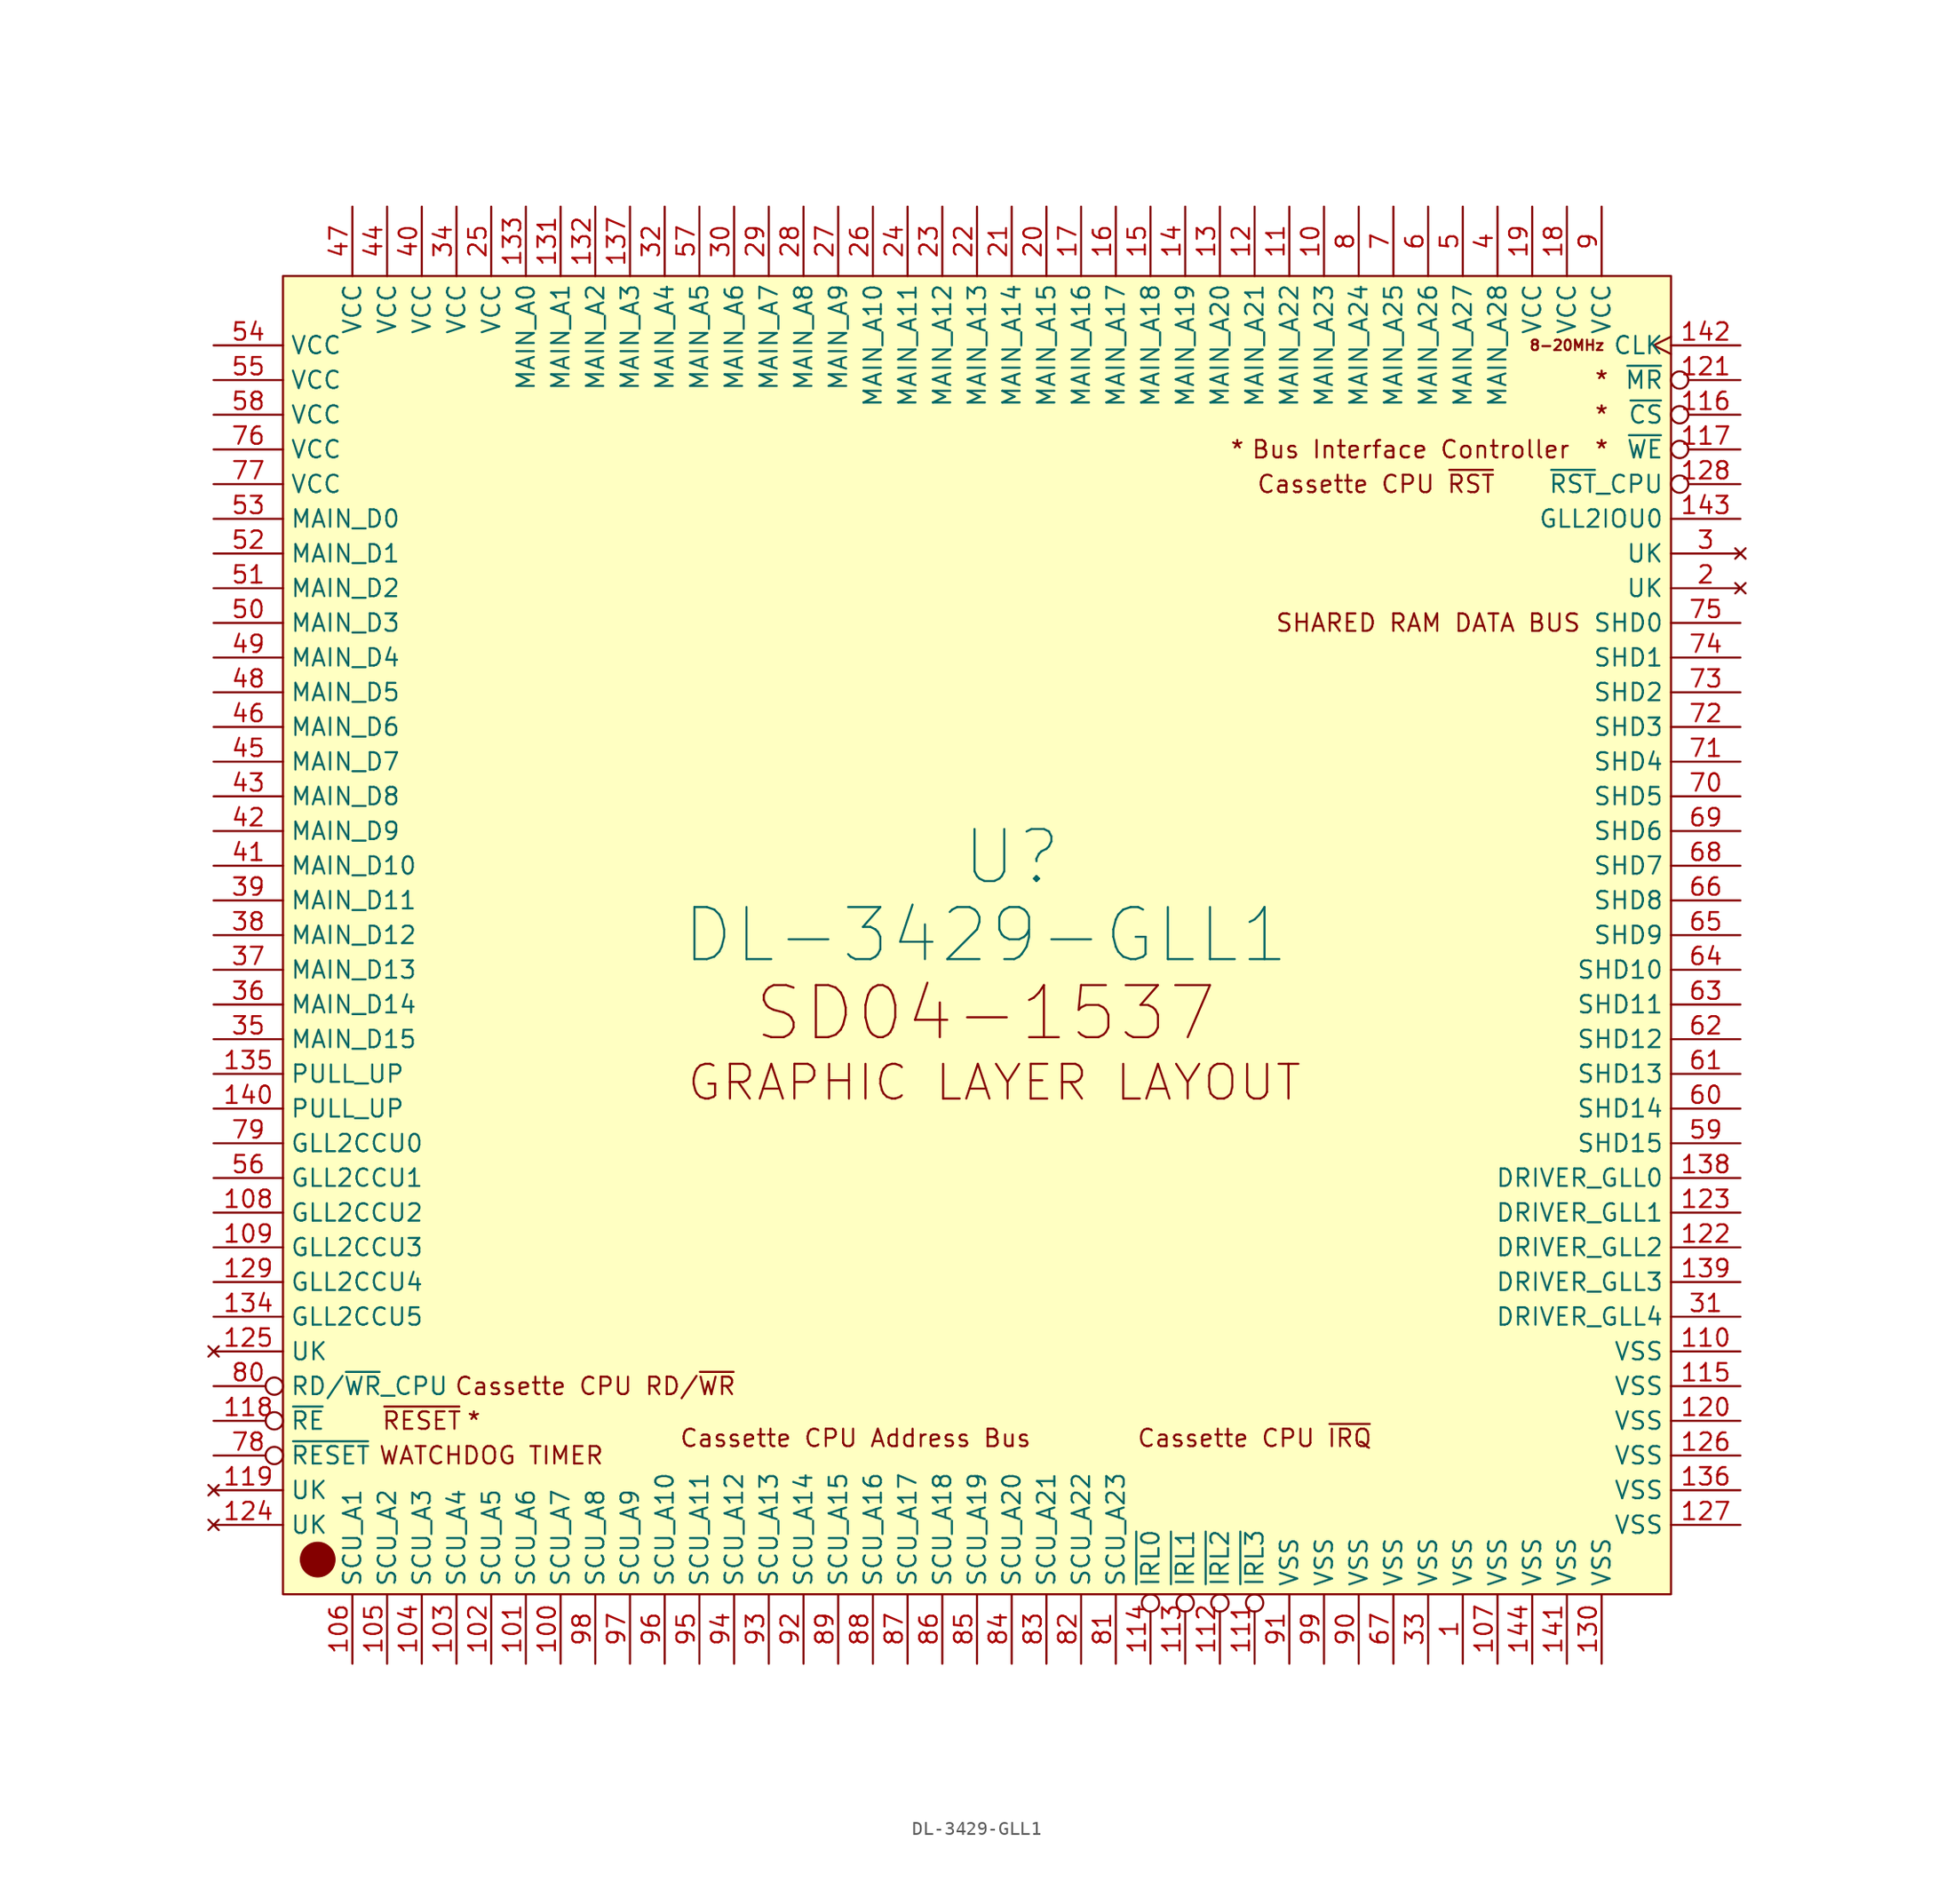
<source format=kicad_sym>
(kicad_symbol_lib
  (version 20211014)
  (generator kicad_symbol_editor)
  (symbol "DL-3429-GLL1"
    (property "Reference" "U"
      (at 0 1.905 0)
      (effects (font (size 3.81 3.81))))
    (property "Value" "DL-3429-GLL1"
      (at -1.905 -3.81 0)
      (effects (font (size 3.81 3.81))))
    (symbol "DL-3429-GLL1_0_0"
      (text "*" (at -39.37 -39.37 0) (effects (font (size 1.27 1.27))))
      (text "*" (at 16.51 31.75 0) (effects (font (size 1.27 1.27))))
      (text "*" (at 43.18 31.75 0) (effects (font (size 1.27 1.27))))
      (text "*" (at 43.18 34.29 0) (effects (font (size 1.27 1.27))))
      (text "*" (at 43.18 36.83 0) (effects (font (size 1.27 1.27))))
      (text "8-20MHz" (at 40.64 39.37 0) (effects (font (size 0.762 0.762))))
      (text "Bus Interface Controller" (at 29.21 31.75 0) (effects (font (size 1.27 1.27))))
      (text "Cassette CPU Address Bus" (at -11.43 -40.64 0) (effects (font (size 1.27 1.27))))
      (text "Cassette CPU RD/~{WR}" (at -30.48 -36.83 0) (effects (font (size 1.27 1.27))))
      (text "Cassette CPU ~{IRQ}" (at 17.78 -40.64 0) (effects (font (size 1.27 1.27))))
      (text "Cassette CPU ~{RST}" (at 26.67 29.21 0) (effects (font (size 1.27 1.27))))
      (text "GRAPHIC LAYER LAYOUT" (at -1.27 -14.605 0) (effects (font (size 2.54 2.54))))
      (text "SD04-1537" (at -1.905 -9.525 0) (effects (font (size 3.81 3.81))))
      (text "SHARED RAM DATA BUS" (at 30.48 19.05 0) (effects (font (size 1.27 1.27))))
      (text "WATCHDOG TIMER" (at -38.1 -41.91 0) (effects (font (size 1.27 1.27))))
      (text "~{RESET}" (at -43.18 -39.37 0) (effects (font (size 1.27 1.27)))))
    (symbol "DL-3429-GLL1_0_1"
      (rectangle (start -53.34 44.45) (end 48.26 -52.07) (stroke (width 0) (type default) (color 0 0 0 0)) (fill (type background)))
      (circle (center -50.8 -49.53) (radius 1.27) (stroke (width 0.076) (type default) (color 0 0 0 0)) (fill (type outline))))
    (symbol "DL-3429-GLL1_1_1"
      (pin power_in line (at 33.02 -57.15 90) (length 5.08) (name "VSS" (effects (font (size 1.27 1.27)))) (number "1" (effects (font (size 1.27 1.27)))))
      (pin bidirectional line (at 22.86 49.53 270) (length 5.08) (name "MAIN_A23" (effects (font (size 1.27 1.27)))) (number "10" (effects (font (size 1.27 1.27)))))
      (pin bidirectional line (at -33.02 -57.15 90) (length 5.08) (name "SCU_A7" (effects (font (size 1.27 1.27)))) (number "100" (effects (font (size 1.27 1.27)))))
      (pin bidirectional line (at -35.56 -57.15 90) (length 5.08) (name "SCU_A6" (effects (font (size 1.27 1.27)))) (number "101" (effects (font (size 1.27 1.27)))))
      (pin bidirectional line (at -38.1 -57.15 90) (length 5.08) (name "SCU_A5" (effects (font (size 1.27 1.27)))) (number "102" (effects (font (size 1.27 1.27)))))
      (pin bidirectional line (at -40.64 -57.15 90) (length 5.08) (name "SCU_A4" (effects (font (size 1.27 1.27)))) (number "103" (effects (font (size 1.27 1.27)))))
      (pin bidirectional line (at -43.18 -57.15 90) (length 5.08) (name "SCU_A3" (effects (font (size 1.27 1.27)))) (number "104" (effects (font (size 1.27 1.27)))))
      (pin bidirectional line (at -45.72 -57.15 90) (length 5.08) (name "SCU_A2" (effects (font (size 1.27 1.27)))) (number "105" (effects (font (size 1.27 1.27)))))
      (pin bidirectional line (at -48.26 -57.15 90) (length 5.08) (name "SCU_A1" (effects (font (size 1.27 1.27)))) (number "106" (effects (font (size 1.27 1.27)))))
      (pin power_in line (at 35.56 -57.15 90) (length 5.08) (name "VSS" (effects (font (size 1.27 1.27)))) (number "107" (effects (font (size 1.27 1.27)))))
      (pin bidirectional line (at -58.42 -24.13 0) (length 5.08) (name "GLL2CCU2" (effects (font (size 1.27 1.27)))) (number "108" (effects (font (size 1.27 1.27)))))
      (pin bidirectional line (at -58.42 -26.67 0) (length 5.08) (name "GLL2CCU3" (effects (font (size 1.27 1.27)))) (number "109" (effects (font (size 1.27 1.27)))))
      (pin bidirectional line (at 20.32 49.53 270) (length 5.08) (name "MAIN_A22" (effects (font (size 1.27 1.27)))) (number "11" (effects (font (size 1.27 1.27)))))
      (pin power_in line (at 53.34 -34.29 180) (length 5.08) (name "VSS" (effects (font (size 1.27 1.27)))) (number "110" (effects (font (size 1.27 1.27)))))
      (pin output inverted (at 17.78 -57.15 90) (length 5.08) (name "~{IRL3}" (effects (font (size 1.27 1.27)))) (number "111" (effects (font (size 1.27 1.27)))))
      (pin output inverted (at 15.24 -57.15 90) (length 5.08) (name "~{IRL2}" (effects (font (size 1.27 1.27)))) (number "112" (effects (font (size 1.27 1.27)))))
      (pin output inverted (at 12.7 -57.15 90) (length 5.08) (name "~{IRL1}" (effects (font (size 1.27 1.27)))) (number "113" (effects (font (size 1.27 1.27)))))
      (pin output inverted (at 10.16 -57.15 90) (length 5.08) (name "~{IRL0}" (effects (font (size 1.27 1.27)))) (number "114" (effects (font (size 1.27 1.27)))))
      (pin power_in line (at 53.34 -36.83 180) (length 5.08) (name "VSS" (effects (font (size 1.27 1.27)))) (number "115" (effects (font (size 1.27 1.27)))))
      (pin output inverted (at 53.34 34.29 180) (length 5.08) (name "~{CS}" (effects (font (size 1.27 1.27)))) (number "116" (effects (font (size 1.27 1.27)))))
      (pin output inverted (at 53.34 31.75 180) (length 5.08) (name "~{WE}" (effects (font (size 1.27 1.27)))) (number "117" (effects (font (size 1.27 1.27)))))
      (pin input inverted (at -58.42 -39.37 0) (length 5.08) (name "~{RE}" (effects (font (size 1.27 1.27)))) (number "118" (effects (font (size 1.27 1.27)))))
      (pin no_connect line (at -58.42 -44.45 0) (length 5.08) (name "UK" (effects (font (size 1.27 1.27)))) (number "119" (effects (font (size 1.27 1.27)))))
      (pin bidirectional line (at 17.78 49.53 270) (length 5.08) (name "MAIN_A21" (effects (font (size 1.27 1.27)))) (number "12" (effects (font (size 1.27 1.27)))))
      (pin power_in line (at 53.34 -39.37 180) (length 5.08) (name "VSS" (effects (font (size 1.27 1.27)))) (number "120" (effects (font (size 1.27 1.27)))))
      (pin output inverted (at 53.34 36.83 180) (length 5.08) (name "~{MR}" (effects (font (size 1.27 1.27)))) (number "121" (effects (font (size 1.27 1.27)))))
      (pin output line (at 53.34 -26.67 180) (length 5.08) (name "DRIVER_GLL2" (effects (font (size 1.27 1.27)))) (number "122" (effects (font (size 1.27 1.27)))))
      (pin output line (at 53.34 -24.13 180) (length 5.08) (name "DRIVER_GLL1" (effects (font (size 1.27 1.27)))) (number "123" (effects (font (size 1.27 1.27)))))
      (pin no_connect line (at -58.42 -46.99 0) (length 5.08) (name "UK" (effects (font (size 1.27 1.27)))) (number "124" (effects (font (size 1.27 1.27)))))
      (pin no_connect line (at -58.42 -34.29 0) (length 5.08) (name "UK" (effects (font (size 1.27 1.27)))) (number "125" (effects (font (size 1.27 1.27)))))
      (pin power_in line (at 53.34 -41.91 180) (length 5.08) (name "VSS" (effects (font (size 1.27 1.27)))) (number "126" (effects (font (size 1.27 1.27)))))
      (pin power_in line (at 53.34 -46.99 180) (length 5.08) (name "VSS" (effects (font (size 1.27 1.27)))) (number "127" (effects (font (size 1.27 1.27)))))
      (pin output inverted (at 53.34 29.21 180) (length 5.08) (name "~{RST}_CPU" (effects (font (size 1.27 1.27)))) (number "128" (effects (font (size 1.27 1.27)))))
      (pin bidirectional line (at -58.42 -29.21 0) (length 5.08) (name "GLL2CCU4" (effects (font (size 1.27 1.27)))) (number "129" (effects (font (size 1.27 1.27)))))
      (pin bidirectional line (at 15.24 49.53 270) (length 5.08) (name "MAIN_A20" (effects (font (size 1.27 1.27)))) (number "13" (effects (font (size 1.27 1.27)))))
      (pin power_in line (at 43.18 -57.15 90) (length 5.08) (name "VSS" (effects (font (size 1.27 1.27)))) (number "130" (effects (font (size 1.27 1.27)))))
      (pin bidirectional line (at -33.02 49.53 270) (length 5.08) (name "MAIN_A1" (effects (font (size 1.27 1.27)))) (number "131" (effects (font (size 1.27 1.27)))))
      (pin bidirectional line (at -30.48 49.53 270) (length 5.08) (name "MAIN_A2" (effects (font (size 1.27 1.27)))) (number "132" (effects (font (size 1.27 1.27)))))
      (pin bidirectional line (at -35.56 49.53 270) (length 5.08) (name "MAIN_A0" (effects (font (size 1.27 1.27)))) (number "133" (effects (font (size 1.27 1.27)))))
      (pin bidirectional line (at -58.42 -31.75 0) (length 5.08) (name "GLL2CCU5" (effects (font (size 1.27 1.27)))) (number "134" (effects (font (size 1.27 1.27)))))
      (pin bidirectional line (at -58.42 -13.97 0) (length 5.08) (name "PULL_UP" (effects (font (size 1.27 1.27)))) (number "135" (effects (font (size 1.27 1.27)))))
      (pin power_in line (at 53.34 -44.45 180) (length 5.08) (name "VSS" (effects (font (size 1.27 1.27)))) (number "136" (effects (font (size 1.27 1.27)))))
      (pin bidirectional line (at -27.94 49.53 270) (length 5.08) (name "MAIN_A3" (effects (font (size 1.27 1.27)))) (number "137" (effects (font (size 1.27 1.27)))))
      (pin output line (at 53.34 -21.59 180) (length 5.08) (name "DRIVER_GLL0" (effects (font (size 1.27 1.27)))) (number "138" (effects (font (size 1.27 1.27)))))
      (pin output line (at 53.34 -29.21 180) (length 5.08) (name "DRIVER_GLL3" (effects (font (size 1.27 1.27)))) (number "139" (effects (font (size 1.27 1.27)))))
      (pin bidirectional line (at 12.7 49.53 270) (length 5.08) (name "MAIN_A19" (effects (font (size 1.27 1.27)))) (number "14" (effects (font (size 1.27 1.27)))))
      (pin bidirectional line (at -58.42 -16.51 0) (length 5.08) (name "PULL_UP" (effects (font (size 1.27 1.27)))) (number "140" (effects (font (size 1.27 1.27)))))
      (pin power_in line (at 40.64 -57.15 90) (length 5.08) (name "VSS" (effects (font (size 1.27 1.27)))) (number "141" (effects (font (size 1.27 1.27)))))
      (pin output clock (at 53.34 39.37 180) (length 5.08) (name "CLK" (effects (font (size 1.27 1.27)))) (number "142" (effects (font (size 1.27 1.27)))))
      (pin bidirectional line (at 53.34 26.67 180) (length 5.08) (name "GLL2IOU0" (effects (font (size 1.27 1.27)))) (number "143" (effects (font (size 1.27 1.27)))))
      (pin power_in line (at 38.1 -57.15 90) (length 5.08) (name "VSS" (effects (font (size 1.27 1.27)))) (number "144" (effects (font (size 1.27 1.27)))))
      (pin bidirectional line (at 10.16 49.53 270) (length 5.08) (name "MAIN_A18" (effects (font (size 1.27 1.27)))) (number "15" (effects (font (size 1.27 1.27)))))
      (pin bidirectional line (at 7.62 49.53 270) (length 5.08) (name "MAIN_A17" (effects (font (size 1.27 1.27)))) (number "16" (effects (font (size 1.27 1.27)))))
      (pin bidirectional line (at 5.08 49.53 270) (length 5.08) (name "MAIN_A16" (effects (font (size 1.27 1.27)))) (number "17" (effects (font (size 1.27 1.27)))))
      (pin power_in line (at 40.64 49.53 270) (length 5.08) (name "VCC" (effects (font (size 1.27 1.27)))) (number "18" (effects (font (size 1.27 1.27)))))
      (pin power_in line (at 38.1 49.53 270) (length 5.08) (name "VCC" (effects (font (size 1.27 1.27)))) (number "19" (effects (font (size 1.27 1.27)))))
      (pin no_connect line (at 53.34 21.59 180) (length 5.08) (name "UK" (effects (font (size 1.27 1.27)))) (number "2" (effects (font (size 1.27 1.27)))))
      (pin bidirectional line (at 2.54 49.53 270) (length 5.08) (name "MAIN_A15" (effects (font (size 1.27 1.27)))) (number "20" (effects (font (size 1.27 1.27)))))
      (pin bidirectional line (at 0 49.53 270) (length 5.08) (name "MAIN_A14" (effects (font (size 1.27 1.27)))) (number "21" (effects (font (size 1.27 1.27)))))
      (pin bidirectional line (at -2.54 49.53 270) (length 5.08) (name "MAIN_A13" (effects (font (size 1.27 1.27)))) (number "22" (effects (font (size 1.27 1.27)))))
      (pin bidirectional line (at -5.08 49.53 270) (length 5.08) (name "MAIN_A12" (effects (font (size 1.27 1.27)))) (number "23" (effects (font (size 1.27 1.27)))))
      (pin bidirectional line (at -7.62 49.53 270) (length 5.08) (name "MAIN_A11" (effects (font (size 1.27 1.27)))) (number "24" (effects (font (size 1.27 1.27)))))
      (pin power_in line (at -38.1 49.53 270) (length 5.08) (name "VCC" (effects (font (size 1.27 1.27)))) (number "25" (effects (font (size 1.27 1.27)))))
      (pin bidirectional line (at -10.16 49.53 270) (length 5.08) (name "MAIN_A10" (effects (font (size 1.27 1.27)))) (number "26" (effects (font (size 1.27 1.27)))))
      (pin bidirectional line (at -12.7 49.53 270) (length 5.08) (name "MAIN_A9" (effects (font (size 1.27 1.27)))) (number "27" (effects (font (size 1.27 1.27)))))
      (pin bidirectional line (at -15.24 49.53 270) (length 5.08) (name "MAIN_A8" (effects (font (size 1.27 1.27)))) (number "28" (effects (font (size 1.27 1.27)))))
      (pin bidirectional line (at -17.78 49.53 270) (length 5.08) (name "MAIN_A7" (effects (font (size 1.27 1.27)))) (number "29" (effects (font (size 1.27 1.27)))))
      (pin no_connect line (at 53.34 24.13 180) (length 5.08) (name "UK" (effects (font (size 1.27 1.27)))) (number "3" (effects (font (size 1.27 1.27)))))
      (pin bidirectional line (at -20.32 49.53 270) (length 5.08) (name "MAIN_A6" (effects (font (size 1.27 1.27)))) (number "30" (effects (font (size 1.27 1.27)))))
      (pin output line (at 53.34 -31.75 180) (length 5.08) (name "DRIVER_GLL4" (effects (font (size 1.27 1.27)))) (number "31" (effects (font (size 1.27 1.27)))))
      (pin bidirectional line (at -25.4 49.53 270) (length 5.08) (name "MAIN_A4" (effects (font (size 1.27 1.27)))) (number "32" (effects (font (size 1.27 1.27)))))
      (pin power_in line (at 30.48 -57.15 90) (length 5.08) (name "VSS" (effects (font (size 1.27 1.27)))) (number "33" (effects (font (size 1.27 1.27)))))
      (pin power_in line (at -40.64 49.53 270) (length 5.08) (name "VCC" (effects (font (size 1.27 1.27)))) (number "34" (effects (font (size 1.27 1.27)))))
      (pin bidirectional line (at -58.42 -11.43 0) (length 5.08) (name "MAIN_D15" (effects (font (size 1.27 1.27)))) (number "35" (effects (font (size 1.27 1.27)))))
      (pin bidirectional line (at -58.42 -8.89 0) (length 5.08) (name "MAIN_D14" (effects (font (size 1.27 1.27)))) (number "36" (effects (font (size 1.27 1.27)))))
      (pin bidirectional line (at -58.42 -6.35 0) (length 5.08) (name "MAIN_D13" (effects (font (size 1.27 1.27)))) (number "37" (effects (font (size 1.27 1.27)))))
      (pin bidirectional line (at -58.42 -3.81 0) (length 5.08) (name "MAIN_D12" (effects (font (size 1.27 1.27)))) (number "38" (effects (font (size 1.27 1.27)))))
      (pin bidirectional line (at -58.42 -1.27 0) (length 5.08) (name "MAIN_D11" (effects (font (size 1.27 1.27)))) (number "39" (effects (font (size 1.27 1.27)))))
      (pin bidirectional line (at 35.56 49.53 270) (length 5.08) (name "MAIN_A28" (effects (font (size 1.27 1.27)))) (number "4" (effects (font (size 1.27 1.27)))))
      (pin power_in line (at -43.18 49.53 270) (length 5.08) (name "VCC" (effects (font (size 1.27 1.27)))) (number "40" (effects (font (size 1.27 1.27)))))
      (pin bidirectional line (at -58.42 1.27 0) (length 5.08) (name "MAIN_D10" (effects (font (size 1.27 1.27)))) (number "41" (effects (font (size 1.27 1.27)))))
      (pin bidirectional line (at -58.42 3.81 0) (length 5.08) (name "MAIN_D9" (effects (font (size 1.27 1.27)))) (number "42" (effects (font (size 1.27 1.27)))))
      (pin bidirectional line (at -58.42 6.35 0) (length 5.08) (name "MAIN_D8" (effects (font (size 1.27 1.27)))) (number "43" (effects (font (size 1.27 1.27)))))
      (pin power_in line (at -45.72 49.53 270) (length 5.08) (name "VCC" (effects (font (size 1.27 1.27)))) (number "44" (effects (font (size 1.27 1.27)))))
      (pin bidirectional line (at -58.42 8.89 0) (length 5.08) (name "MAIN_D7" (effects (font (size 1.27 1.27)))) (number "45" (effects (font (size 1.27 1.27)))))
      (pin bidirectional line (at -58.42 11.43 0) (length 5.08) (name "MAIN_D6" (effects (font (size 1.27 1.27)))) (number "46" (effects (font (size 1.27 1.27)))))
      (pin power_in line (at -48.26 49.53 270) (length 5.08) (name "VCC" (effects (font (size 1.27 1.27)))) (number "47" (effects (font (size 1.27 1.27)))))
      (pin bidirectional line (at -58.42 13.97 0) (length 5.08) (name "MAIN_D5" (effects (font (size 1.27 1.27)))) (number "48" (effects (font (size 1.27 1.27)))))
      (pin bidirectional line (at -58.42 16.51 0) (length 5.08) (name "MAIN_D4" (effects (font (size 1.27 1.27)))) (number "49" (effects (font (size 1.27 1.27)))))
      (pin bidirectional line (at 33.02 49.53 270) (length 5.08) (name "MAIN_A27" (effects (font (size 1.27 1.27)))) (number "5" (effects (font (size 1.27 1.27)))))
      (pin bidirectional line (at -58.42 19.05 0) (length 5.08) (name "MAIN_D3" (effects (font (size 1.27 1.27)))) (number "50" (effects (font (size 1.27 1.27)))))
      (pin bidirectional line (at -58.42 21.59 0) (length 5.08) (name "MAIN_D2" (effects (font (size 1.27 1.27)))) (number "51" (effects (font (size 1.27 1.27)))))
      (pin bidirectional line (at -58.42 24.13 0) (length 5.08) (name "MAIN_D1" (effects (font (size 1.27 1.27)))) (number "52" (effects (font (size 1.27 1.27)))))
      (pin bidirectional line (at -58.42 26.67 0) (length 5.08) (name "MAIN_D0" (effects (font (size 1.27 1.27)))) (number "53" (effects (font (size 1.27 1.27)))))
      (pin power_in line (at -58.42 39.37 0) (length 5.08) (name "VCC" (effects (font (size 1.27 1.27)))) (number "54" (effects (font (size 1.27 1.27)))))
      (pin power_in line (at -58.42 36.83 0) (length 5.08) (name "VCC" (effects (font (size 1.27 1.27)))) (number "55" (effects (font (size 1.27 1.27)))))
      (pin bidirectional line (at -58.42 -21.59 0) (length 5.08) (name "GLL2CCU1" (effects (font (size 1.27 1.27)))) (number "56" (effects (font (size 1.27 1.27)))))
      (pin bidirectional line (at -22.86 49.53 270) (length 5.08) (name "MAIN_A5" (effects (font (size 1.27 1.27)))) (number "57" (effects (font (size 1.27 1.27)))))
      (pin power_in line (at -58.42 34.29 0) (length 5.08) (name "VCC" (effects (font (size 1.27 1.27)))) (number "58" (effects (font (size 1.27 1.27)))))
      (pin output line (at 53.34 -19.05 180) (length 5.08) (name "SHD15" (effects (font (size 1.27 1.27)))) (number "59" (effects (font (size 1.27 1.27)))))
      (pin bidirectional line (at 30.48 49.53 270) (length 5.08) (name "MAIN_A26" (effects (font (size 1.27 1.27)))) (number "6" (effects (font (size 1.27 1.27)))))
      (pin output line (at 53.34 -16.51 180) (length 5.08) (name "SHD14" (effects (font (size 1.27 1.27)))) (number "60" (effects (font (size 1.27 1.27)))))
      (pin output line (at 53.34 -13.97 180) (length 5.08) (name "SHD13" (effects (font (size 1.27 1.27)))) (number "61" (effects (font (size 1.27 1.27)))))
      (pin output line (at 53.34 -11.43 180) (length 5.08) (name "SHD12" (effects (font (size 1.27 1.27)))) (number "62" (effects (font (size 1.27 1.27)))))
      (pin output line (at 53.34 -8.89 180) (length 5.08) (name "SHD11" (effects (font (size 1.27 1.27)))) (number "63" (effects (font (size 1.27 1.27)))))
      (pin output line (at 53.34 -6.35 180) (length 5.08) (name "SHD10" (effects (font (size 1.27 1.27)))) (number "64" (effects (font (size 1.27 1.27)))))
      (pin output line (at 53.34 -3.81 180) (length 5.08) (name "SHD9" (effects (font (size 1.27 1.27)))) (number "65" (effects (font (size 1.27 1.27)))))
      (pin output line (at 53.34 -1.27 180) (length 5.08) (name "SHD8" (effects (font (size 1.27 1.27)))) (number "66" (effects (font (size 1.27 1.27)))))
      (pin power_in line (at 27.94 -57.15 90) (length 5.08) (name "VSS" (effects (font (size 1.27 1.27)))) (number "67" (effects (font (size 1.27 1.27)))))
      (pin output line (at 53.34 1.27 180) (length 5.08) (name "SHD7" (effects (font (size 1.27 1.27)))) (number "68" (effects (font (size 1.27 1.27)))))
      (pin output line (at 53.34 3.81 180) (length 5.08) (name "SHD6" (effects (font (size 1.27 1.27)))) (number "69" (effects (font (size 1.27 1.27)))))
      (pin bidirectional line (at 27.94 49.53 270) (length 5.08) (name "MAIN_A25" (effects (font (size 1.27 1.27)))) (number "7" (effects (font (size 1.27 1.27)))))
      (pin output line (at 53.34 6.35 180) (length 5.08) (name "SHD5" (effects (font (size 1.27 1.27)))) (number "70" (effects (font (size 1.27 1.27)))))
      (pin output line (at 53.34 8.89 180) (length 5.08) (name "SHD4" (effects (font (size 1.27 1.27)))) (number "71" (effects (font (size 1.27 1.27)))))
      (pin output line (at 53.34 11.43 180) (length 5.08) (name "SHD3" (effects (font (size 1.27 1.27)))) (number "72" (effects (font (size 1.27 1.27)))))
      (pin output line (at 53.34 13.97 180) (length 5.08) (name "SHD2" (effects (font (size 1.27 1.27)))) (number "73" (effects (font (size 1.27 1.27)))))
      (pin output line (at 53.34 16.51 180) (length 5.08) (name "SHD1" (effects (font (size 1.27 1.27)))) (number "74" (effects (font (size 1.27 1.27)))))
      (pin output line (at 53.34 19.05 180) (length 5.08) (name "SHD0" (effects (font (size 1.27 1.27)))) (number "75" (effects (font (size 1.27 1.27)))))
      (pin power_in line (at -58.42 31.75 0) (length 5.08) (name "VCC" (effects (font (size 1.27 1.27)))) (number "76" (effects (font (size 1.27 1.27)))))
      (pin power_in line (at -58.42 29.21 0) (length 5.08) (name "VCC" (effects (font (size 1.27 1.27)))) (number "77" (effects (font (size 1.27 1.27)))))
      (pin input inverted (at -58.42 -41.91 0) (length 5.08) (name "~{RESET}" (effects (font (size 1.27 1.27)))) (number "78" (effects (font (size 1.27 1.27)))))
      (pin bidirectional line (at -58.42 -19.05 0) (length 5.08) (name "GLL2CCU0" (effects (font (size 1.27 1.27)))) (number "79" (effects (font (size 1.27 1.27)))))
      (pin bidirectional line (at 25.4 49.53 270) (length 5.08) (name "MAIN_A24" (effects (font (size 1.27 1.27)))) (number "8" (effects (font (size 1.27 1.27)))))
      (pin input inverted (at -58.42 -36.83 0) (length 5.08) (name "RD/~{WR}_CPU" (effects (font (size 1.27 1.27)))) (number "80" (effects (font (size 1.27 1.27)))))
      (pin bidirectional line (at 7.62 -57.15 90) (length 5.08) (name "SCU_A23" (effects (font (size 1.27 1.27)))) (number "81" (effects (font (size 1.27 1.27)))))
      (pin bidirectional line (at 5.08 -57.15 90) (length 5.08) (name "SCU_A22" (effects (font (size 1.27 1.27)))) (number "82" (effects (font (size 1.27 1.27)))))
      (pin bidirectional line (at 2.54 -57.15 90) (length 5.08) (name "SCU_A21" (effects (font (size 1.27 1.27)))) (number "83" (effects (font (size 1.27 1.27)))))
      (pin bidirectional line (at 0 -57.15 90) (length 5.08) (name "SCU_A20" (effects (font (size 1.27 1.27)))) (number "84" (effects (font (size 1.27 1.27)))))
      (pin bidirectional line (at -2.54 -57.15 90) (length 5.08) (name "SCU_A19" (effects (font (size 1.27 1.27)))) (number "85" (effects (font (size 1.27 1.27)))))
      (pin bidirectional line (at -5.08 -57.15 90) (length 5.08) (name "SCU_A18" (effects (font (size 1.27 1.27)))) (number "86" (effects (font (size 1.27 1.27)))))
      (pin bidirectional line (at -7.62 -57.15 90) (length 5.08) (name "SCU_A17" (effects (font (size 1.27 1.27)))) (number "87" (effects (font (size 1.27 1.27)))))
      (pin bidirectional line (at -10.16 -57.15 90) (length 5.08) (name "SCU_A16" (effects (font (size 1.27 1.27)))) (number "88" (effects (font (size 1.27 1.27)))))
      (pin bidirectional line (at -12.7 -57.15 90) (length 5.08) (name "SCU_A15" (effects (font (size 1.27 1.27)))) (number "89" (effects (font (size 1.27 1.27)))))
      (pin power_in line (at 43.18 49.53 270) (length 5.08) (name "VCC" (effects (font (size 1.27 1.27)))) (number "9" (effects (font (size 1.27 1.27)))))
      (pin power_in line (at 25.4 -57.15 90) (length 5.08) (name "VSS" (effects (font (size 1.27 1.27)))) (number "90" (effects (font (size 1.27 1.27)))))
      (pin power_in line (at 20.32 -57.15 90) (length 5.08) (name "VSS" (effects (font (size 1.27 1.27)))) (number "91" (effects (font (size 1.27 1.27)))))
      (pin bidirectional line (at -15.24 -57.15 90) (length 5.08) (name "SCU_A14" (effects (font (size 1.27 1.27)))) (number "92" (effects (font (size 1.27 1.27)))))
      (pin bidirectional line (at -17.78 -57.15 90) (length 5.08) (name "SCU_A13" (effects (font (size 1.27 1.27)))) (number "93" (effects (font (size 1.27 1.27)))))
      (pin bidirectional line (at -20.32 -57.15 90) (length 5.08) (name "SCU_A12" (effects (font (size 1.27 1.27)))) (number "94" (effects (font (size 1.27 1.27)))))
      (pin bidirectional line (at -22.86 -57.15 90) (length 5.08) (name "SCU_A11" (effects (font (size 1.27 1.27)))) (number "95" (effects (font (size 1.27 1.27)))))
      (pin bidirectional line (at -25.4 -57.15 90) (length 5.08) (name "SCU_A10" (effects (font (size 1.27 1.27)))) (number "96" (effects (font (size 1.27 1.27)))))
      (pin bidirectional line (at -27.94 -57.15 90) (length 5.08) (name "SCU_A9" (effects (font (size 1.27 1.27)))) (number "97" (effects (font (size 1.27 1.27)))))
      (pin bidirectional line (at -30.48 -57.15 90) (length 5.08) (name "SCU_A8" (effects (font (size 1.27 1.27)))) (number "98" (effects (font (size 1.27 1.27)))))
      (pin power_in line (at 22.86 -57.15 90) (length 5.08) (name "VSS" (effects (font (size 1.27 1.27)))) (number "99" (effects (font (size 1.27 1.27))))))))
</source>
